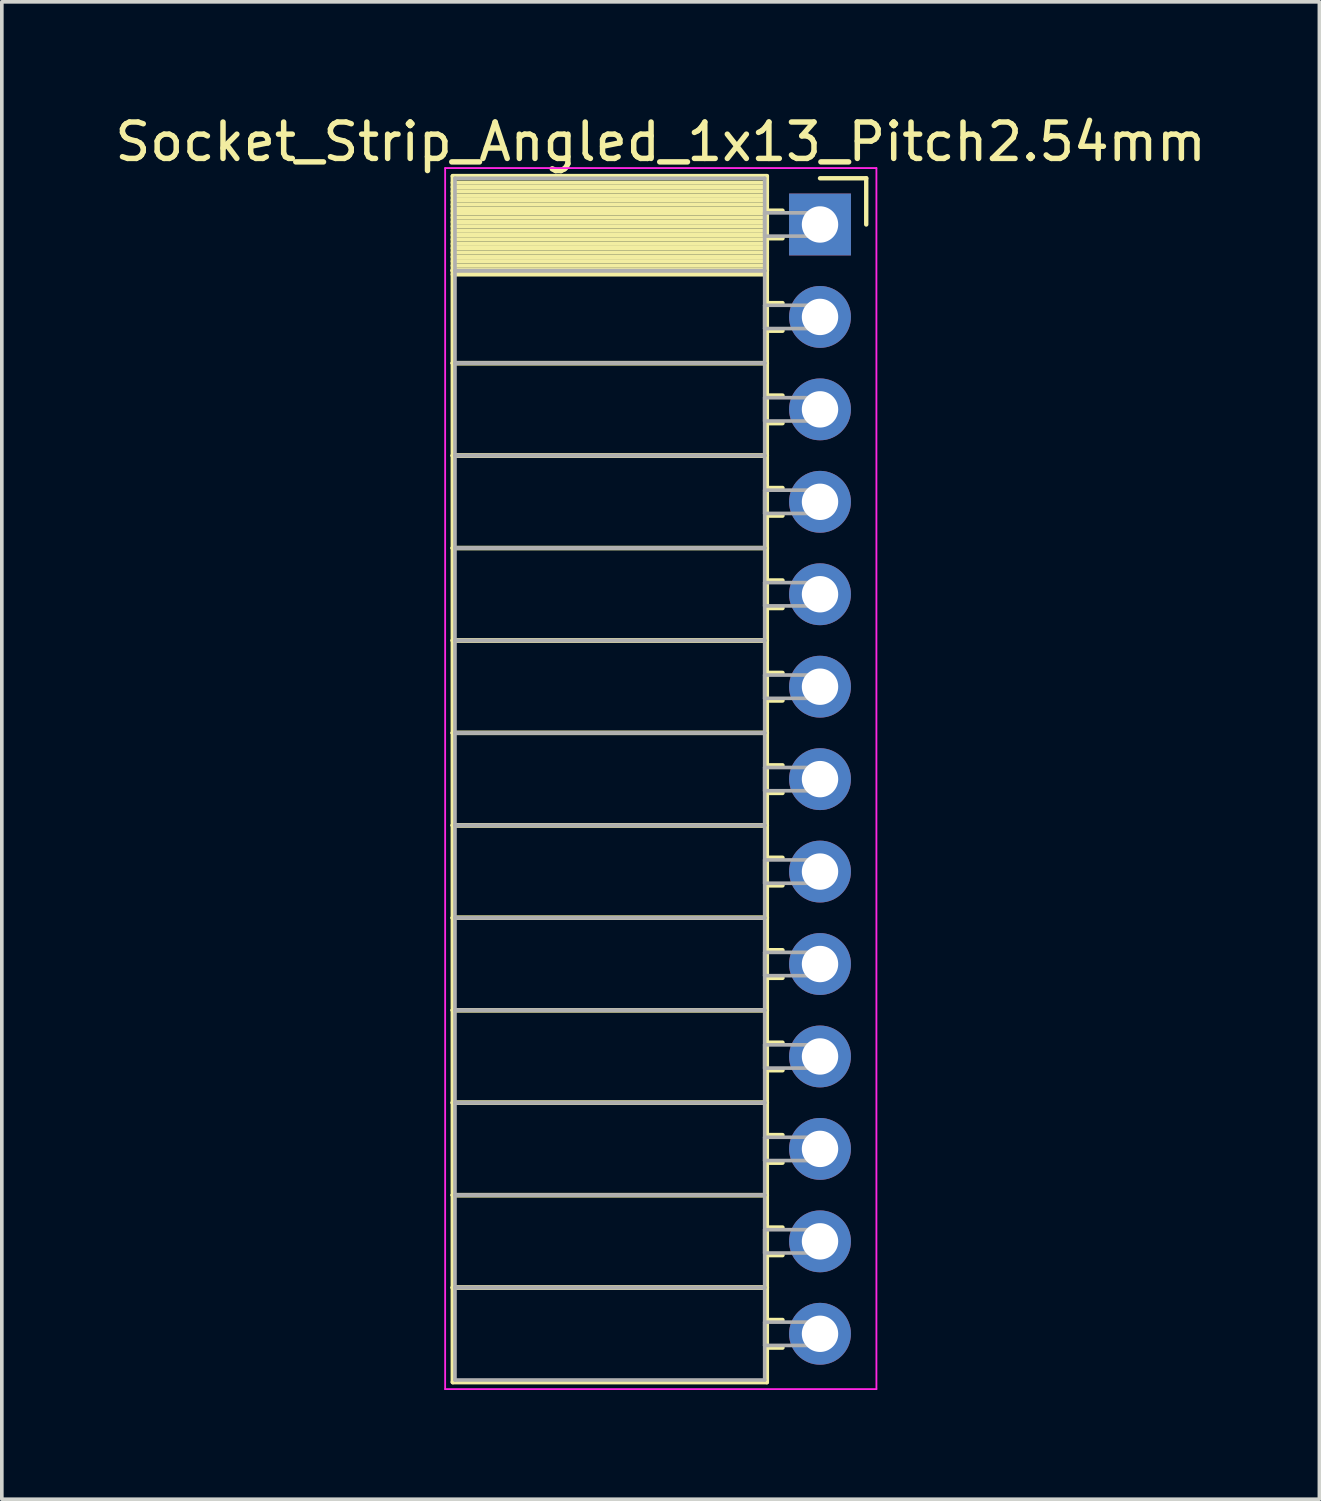
<source format=kicad_pcb>
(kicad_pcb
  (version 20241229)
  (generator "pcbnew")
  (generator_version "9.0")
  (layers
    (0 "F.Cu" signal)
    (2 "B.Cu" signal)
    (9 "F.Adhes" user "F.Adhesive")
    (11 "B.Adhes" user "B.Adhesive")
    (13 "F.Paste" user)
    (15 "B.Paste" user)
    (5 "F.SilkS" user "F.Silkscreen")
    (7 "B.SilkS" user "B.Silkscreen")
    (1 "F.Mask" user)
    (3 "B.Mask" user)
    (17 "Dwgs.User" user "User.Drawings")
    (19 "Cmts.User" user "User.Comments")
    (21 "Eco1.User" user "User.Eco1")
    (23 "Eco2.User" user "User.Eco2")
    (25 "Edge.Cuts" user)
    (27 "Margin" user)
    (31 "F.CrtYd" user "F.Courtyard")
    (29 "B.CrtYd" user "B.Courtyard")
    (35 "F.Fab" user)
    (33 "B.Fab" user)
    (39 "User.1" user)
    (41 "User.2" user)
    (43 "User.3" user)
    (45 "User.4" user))
  (footprint "Socket_Strip_Angled_1x13_Pitch2.54mm"
    (layer "F.Cu")
    (at 19.481 3.118)
    (property "Reference" "Socket_Strip_Angled_1x13_Pitch2.54mm" (at -4.38 -2.27 0) (layer "F.SilkS") (effects (font (size 1 1) (thickness 0.15))))
    (attr through_hole)
    (fp_line (start -10.09 -1.33) (end -1.46 -1.33) (stroke (width 0.12) (type solid)) (layer "F.SilkS"))
    (fp_line (start -10.09 1.27) (end -10.09 -1.33) (stroke (width 0.12) (type solid)) (layer "F.SilkS"))
    (fp_line (start -10.09 1.27) (end -1.46 1.27) (stroke (width 0.12) (type solid)) (layer "F.SilkS"))
    (fp_line (start -10.09 3.81) (end -10.09 1.27) (stroke (width 0.12) (type solid)) (layer "F.SilkS"))
    (fp_line (start -10.09 3.81) (end -1.46 3.81) (stroke (width 0.12) (type solid)) (layer "F.SilkS"))
    (fp_line (start -10.09 6.35) (end -10.09 3.81) (stroke (width 0.12) (type solid)) (layer "F.SilkS"))
    (fp_line (start -10.09 6.35) (end -1.46 6.35) (stroke (width 0.12) (type solid)) (layer "F.SilkS"))
    (fp_line (start -10.09 8.89) (end -10.09 6.35) (stroke (width 0.12) (type solid)) (layer "F.SilkS"))
    (fp_line (start -10.09 8.89) (end -1.46 8.89) (stroke (width 0.12) (type solid)) (layer "F.SilkS"))
    (fp_line (start -10.09 11.43) (end -10.09 8.89) (stroke (width 0.12) (type solid)) (layer "F.SilkS"))
    (fp_line (start -10.09 11.43) (end -1.46 11.43) (stroke (width 0.12) (type solid)) (layer "F.SilkS"))
    (fp_line (start -10.09 13.97) (end -10.09 11.43) (stroke (width 0.12) (type solid)) (layer "F.SilkS"))
    (fp_line (start -10.09 13.97) (end -1.46 13.97) (stroke (width 0.12) (type solid)) (layer "F.SilkS"))
    (fp_line (start -10.09 16.51) (end -10.09 13.97) (stroke (width 0.12) (type solid)) (layer "F.SilkS"))
    (fp_line (start -10.09 16.51) (end -1.46 16.51) (stroke (width 0.12) (type solid)) (layer "F.SilkS"))
    (fp_line (start -10.09 19.05) (end -10.09 16.51) (stroke (width 0.12) (type solid)) (layer "F.SilkS"))
    (fp_line (start -10.09 19.05) (end -1.46 19.05) (stroke (width 0.12) (type solid)) (layer "F.SilkS"))
    (fp_line (start -10.09 21.59) (end -10.09 19.05) (stroke (width 0.12) (type solid)) (layer "F.SilkS"))
    (fp_line (start -10.09 21.59) (end -1.46 21.59) (stroke (width 0.12) (type solid)) (layer "F.SilkS"))
    (fp_line (start -10.09 24.13) (end -10.09 21.59) (stroke (width 0.12) (type solid)) (layer "F.SilkS"))
    (fp_line (start -10.09 24.13) (end -1.46 24.13) (stroke (width 0.12) (type solid)) (layer "F.SilkS"))
    (fp_line (start -10.09 26.67) (end -10.09 24.13) (stroke (width 0.12) (type solid)) (layer "F.SilkS"))
    (fp_line (start -10.09 26.67) (end -1.46 26.67) (stroke (width 0.12) (type solid)) (layer "F.SilkS"))
    (fp_line (start -10.09 29.21) (end -10.09 26.67) (stroke (width 0.12) (type solid)) (layer "F.SilkS"))
    (fp_line (start -10.09 29.21) (end -1.46 29.21) (stroke (width 0.12) (type solid)) (layer "F.SilkS"))
    (fp_line (start -10.09 31.81) (end -10.09 29.21) (stroke (width 0.12) (type solid)) (layer "F.SilkS"))
    (fp_line (start -1.46 -1.33) (end -1.46 1.27) (stroke (width 0.12) (type solid)) (layer "F.SilkS"))
    (fp_line (start -1.46 -1.15) (end -10.09 -1.15) (stroke (width 0.12) (type solid)) (layer "F.SilkS"))
    (fp_line (start -1.46 -1.03) (end -10.09 -1.03) (stroke (width 0.12) (type solid)) (layer "F.SilkS"))
    (fp_line (start -1.46 -0.91) (end -10.09 -0.91) (stroke (width 0.12) (type solid)) (layer "F.SilkS"))
    (fp_line (start -1.46 -0.79) (end -10.09 -0.79) (stroke (width 0.12) (type solid)) (layer "F.SilkS"))
    (fp_line (start -1.46 -0.67) (end -10.09 -0.67) (stroke (width 0.12) (type solid)) (layer "F.SilkS"))
    (fp_line (start -1.46 -0.55) (end -10.09 -0.55) (stroke (width 0.12) (type solid)) (layer "F.SilkS"))
    (fp_line (start -1.46 -0.43) (end -10.09 -0.43) (stroke (width 0.12) (type solid)) (layer "F.SilkS"))
    (fp_line (start -1.46 -0.31) (end -10.09 -0.31) (stroke (width 0.12) (type solid)) (layer "F.SilkS"))
    (fp_line (start -1.46 -0.19) (end -10.09 -0.19) (stroke (width 0.12) (type solid)) (layer "F.SilkS"))
    (fp_line (start -1.46 -0.07) (end -10.09 -0.07) (stroke (width 0.12) (type solid)) (layer "F.SilkS"))
    (fp_line (start -1.46 0.05) (end -10.09 0.05) (stroke (width 0.12) (type solid)) (layer "F.SilkS"))
    (fp_line (start -1.46 0.17) (end -10.09 0.17) (stroke (width 0.12) (type solid)) (layer "F.SilkS"))
    (fp_line (start -1.46 0.29) (end -10.09 0.29) (stroke (width 0.12) (type solid)) (layer "F.SilkS"))
    (fp_line (start -1.46 0.41) (end -10.09 0.41) (stroke (width 0.12) (type solid)) (layer "F.SilkS"))
    (fp_line (start -1.46 0.53) (end -10.09 0.53) (stroke (width 0.12) (type solid)) (layer "F.SilkS"))
    (fp_line (start -1.46 0.65) (end -10.09 0.65) (stroke (width 0.12) (type solid)) (layer "F.SilkS"))
    (fp_line (start -1.46 0.77) (end -10.09 0.77) (stroke (width 0.12) (type solid)) (layer "F.SilkS"))
    (fp_line (start -1.46 0.89) (end -10.09 0.89) (stroke (width 0.12) (type solid)) (layer "F.SilkS"))
    (fp_line (start -1.46 1.01) (end -10.09 1.01) (stroke (width 0.12) (type solid)) (layer "F.SilkS"))
    (fp_line (start -1.46 1.13) (end -10.09 1.13) (stroke (width 0.12) (type solid)) (layer "F.SilkS"))
    (fp_line (start -1.46 1.25) (end -10.09 1.25) (stroke (width 0.12) (type solid)) (layer "F.SilkS"))
    (fp_line (start -1.46 1.27) (end -10.09 1.27) (stroke (width 0.12) (type solid)) (layer "F.SilkS"))
    (fp_line (start -1.46 1.27) (end -1.46 3.81) (stroke (width 0.12) (type solid)) (layer "F.SilkS"))
    (fp_line (start -1.46 1.37) (end -10.09 1.37) (stroke (width 0.12) (type solid)) (layer "F.SilkS"))
    (fp_line (start -1.46 3.81) (end -10.09 3.81) (stroke (width 0.12) (type solid)) (layer "F.SilkS"))
    (fp_line (start -1.46 3.81) (end -1.46 6.35) (stroke (width 0.12) (type solid)) (layer "F.SilkS"))
    (fp_line (start -1.46 6.35) (end -10.09 6.35) (stroke (width 0.12) (type solid)) (layer "F.SilkS"))
    (fp_line (start -1.46 6.35) (end -1.46 8.89) (stroke (width 0.12) (type solid)) (layer "F.SilkS"))
    (fp_line (start -1.46 8.89) (end -10.09 8.89) (stroke (width 0.12) (type solid)) (layer "F.SilkS"))
    (fp_line (start -1.46 8.89) (end -1.46 11.43) (stroke (width 0.12) (type solid)) (layer "F.SilkS"))
    (fp_line (start -1.46 11.43) (end -10.09 11.43) (stroke (width 0.12) (type solid)) (layer "F.SilkS"))
    (fp_line (start -1.46 11.43) (end -1.46 13.97) (stroke (width 0.12) (type solid)) (layer "F.SilkS"))
    (fp_line (start -1.46 13.97) (end -10.09 13.97) (stroke (width 0.12) (type solid)) (layer "F.SilkS"))
    (fp_line (start -1.46 13.97) (end -1.46 16.51) (stroke (width 0.12) (type solid)) (layer "F.SilkS"))
    (fp_line (start -1.46 16.51) (end -10.09 16.51) (stroke (width 0.12) (type solid)) (layer "F.SilkS"))
    (fp_line (start -1.46 16.51) (end -1.46 19.05) (stroke (width 0.12) (type solid)) (layer "F.SilkS"))
    (fp_line (start -1.46 19.05) (end -10.09 19.05) (stroke (width 0.12) (type solid)) (layer "F.SilkS"))
    (fp_line (start -1.46 19.05) (end -1.46 21.59) (stroke (width 0.12) (type solid)) (layer "F.SilkS"))
    (fp_line (start -1.46 21.59) (end -10.09 21.59) (stroke (width 0.12) (type solid)) (layer "F.SilkS"))
    (fp_line (start -1.46 21.59) (end -1.46 24.13) (stroke (width 0.12) (type solid)) (layer "F.SilkS"))
    (fp_line (start -1.46 24.13) (end -10.09 24.13) (stroke (width 0.12) (type solid)) (layer "F.SilkS"))
    (fp_line (start -1.46 24.13) (end -1.46 26.67) (stroke (width 0.12) (type solid)) (layer "F.SilkS"))
    (fp_line (start -1.46 26.67) (end -10.09 26.67) (stroke (width 0.12) (type solid)) (layer "F.SilkS"))
    (fp_line (start -1.46 26.67) (end -1.46 29.21) (stroke (width 0.12) (type solid)) (layer "F.SilkS"))
    (fp_line (start -1.46 29.21) (end -10.09 29.21) (stroke (width 0.12) (type solid)) (layer "F.SilkS"))
    (fp_line (start -1.46 29.21) (end -1.46 31.81) (stroke (width 0.12) (type solid)) (layer "F.SilkS"))
    (fp_line (start -1.46 31.81) (end -10.09 31.81) (stroke (width 0.12) (type solid)) (layer "F.SilkS"))
    (fp_line (start -1.03 -0.38) (end -1.46 -0.38) (stroke (width 0.12) (type solid)) (layer "F.SilkS"))
    (fp_line (start -1.03 0.38) (end -1.46 0.38) (stroke (width 0.12) (type solid)) (layer "F.SilkS"))
    (fp_line (start -1.03 2.16) (end -1.46 2.16) (stroke (width 0.12) (type solid)) (layer "F.SilkS"))
    (fp_line (start -1.03 2.92) (end -1.46 2.92) (stroke (width 0.12) (type solid)) (layer "F.SilkS"))
    (fp_line (start -1.03 4.7) (end -1.46 4.7) (stroke (width 0.12) (type solid)) (layer "F.SilkS"))
    (fp_line (start -1.03 5.46) (end -1.46 5.46) (stroke (width 0.12) (type solid)) (layer "F.SilkS"))
    (fp_line (start -1.03 7.24) (end -1.46 7.24) (stroke (width 0.12) (type solid)) (layer "F.SilkS"))
    (fp_line (start -1.03 8) (end -1.46 8) (stroke (width 0.12) (type solid)) (layer "F.SilkS"))
    (fp_line (start -1.03 9.78) (end -1.46 9.78) (stroke (width 0.12) (type solid)) (layer "F.SilkS"))
    (fp_line (start -1.03 10.54) (end -1.46 10.54) (stroke (width 0.12) (type solid)) (layer "F.SilkS"))
    (fp_line (start -1.03 12.32) (end -1.46 12.32) (stroke (width 0.12) (type solid)) (layer "F.SilkS"))
    (fp_line (start -1.03 13.08) (end -1.46 13.08) (stroke (width 0.12) (type solid)) (layer "F.SilkS"))
    (fp_line (start -1.03 14.86) (end -1.46 14.86) (stroke (width 0.12) (type solid)) (layer "F.SilkS"))
    (fp_line (start -1.03 15.62) (end -1.46 15.62) (stroke (width 0.12) (type solid)) (layer "F.SilkS"))
    (fp_line (start -1.03 17.4) (end -1.46 17.4) (stroke (width 0.12) (type solid)) (layer "F.SilkS"))
    (fp_line (start -1.03 18.16) (end -1.46 18.16) (stroke (width 0.12) (type solid)) (layer "F.SilkS"))
    (fp_line (start -1.03 19.94) (end -1.46 19.94) (stroke (width 0.12) (type solid)) (layer "F.SilkS"))
    (fp_line (start -1.03 20.7) (end -1.46 20.7) (stroke (width 0.12) (type solid)) (layer "F.SilkS"))
    (fp_line (start -1.03 22.48) (end -1.46 22.48) (stroke (width 0.12) (type solid)) (layer "F.SilkS"))
    (fp_line (start -1.03 23.24) (end -1.46 23.24) (stroke (width 0.12) (type solid)) (layer "F.SilkS"))
    (fp_line (start -1.03 25.02) (end -1.46 25.02) (stroke (width 0.12) (type solid)) (layer "F.SilkS"))
    (fp_line (start -1.03 25.78) (end -1.46 25.78) (stroke (width 0.12) (type solid)) (layer "F.SilkS"))
    (fp_line (start -1.03 27.56) (end -1.46 27.56) (stroke (width 0.12) (type solid)) (layer "F.SilkS"))
    (fp_line (start -1.03 28.32) (end -1.46 28.32) (stroke (width 0.12) (type solid)) (layer "F.SilkS"))
    (fp_line (start -1.03 30.1) (end -1.46 30.1) (stroke (width 0.12) (type solid)) (layer "F.SilkS"))
    (fp_line (start -1.03 30.86) (end -1.46 30.86) (stroke (width 0.12) (type solid)) (layer "F.SilkS"))
    (fp_line (start 0 -1.27) (end 1.27 -1.27) (stroke (width 0.12) (type solid)) (layer "F.SilkS"))
    (fp_line (start 1.27 -1.27) (end 1.27 0) (stroke (width 0.12) (type solid)) (layer "F.SilkS"))
    (fp_line (start -10.3 -1.55) (end 1.55 -1.55) (stroke (width 0.05) (type solid)) (layer "F.CrtYd"))
    (fp_line (start -10.3 32) (end -10.3 -1.55) (stroke (width 0.05) (type solid)) (layer "F.CrtYd"))
    (fp_line (start 1.55 -1.55) (end 1.55 32) (stroke (width 0.05) (type solid)) (layer "F.CrtYd"))
    (fp_line (start 1.55 32) (end -10.3 32) (stroke (width 0.05) (type solid)) (layer "F.CrtYd"))
    (fp_line (start -10.03 -1.27) (end -1.52 -1.27) (stroke (width 0.1) (type solid)) (layer "F.Fab"))
    (fp_line (start -10.03 1.27) (end -10.03 -1.27) (stroke (width 0.1) (type solid)) (layer "F.Fab"))
    (fp_line (start -10.03 1.27) (end -1.52 1.27) (stroke (width 0.1) (type solid)) (layer "F.Fab"))
    (fp_line (start -10.03 3.81) (end -10.03 1.27) (stroke (width 0.1) (type solid)) (layer "F.Fab"))
    (fp_line (start -10.03 3.81) (end -1.52 3.81) (stroke (width 0.1) (type solid)) (layer "F.Fab"))
    (fp_line (start -10.03 6.35) (end -10.03 3.81) (stroke (width 0.1) (type solid)) (layer "F.Fab"))
    (fp_line (start -10.03 6.35) (end -1.52 6.35) (stroke (width 0.1) (type solid)) (layer "F.Fab"))
    (fp_line (start -10.03 8.89) (end -10.03 6.35) (stroke (width 0.1) (type solid)) (layer "F.Fab"))
    (fp_line (start -10.03 8.89) (end -1.52 8.89) (stroke (width 0.1) (type solid)) (layer "F.Fab"))
    (fp_line (start -10.03 11.43) (end -10.03 8.89) (stroke (width 0.1) (type solid)) (layer "F.Fab"))
    (fp_line (start -10.03 11.43) (end -1.52 11.43) (stroke (width 0.1) (type solid)) (layer "F.Fab"))
    (fp_line (start -10.03 13.97) (end -10.03 11.43) (stroke (width 0.1) (type solid)) (layer "F.Fab"))
    (fp_line (start -10.03 13.97) (end -1.52 13.97) (stroke (width 0.1) (type solid)) (layer "F.Fab"))
    (fp_line (start -10.03 16.51) (end -10.03 13.97) (stroke (width 0.1) (type solid)) (layer "F.Fab"))
    (fp_line (start -10.03 16.51) (end -1.52 16.51) (stroke (width 0.1) (type solid)) (layer "F.Fab"))
    (fp_line (start -10.03 19.05) (end -10.03 16.51) (stroke (width 0.1) (type solid)) (layer "F.Fab"))
    (fp_line (start -10.03 19.05) (end -1.52 19.05) (stroke (width 0.1) (type solid)) (layer "F.Fab"))
    (fp_line (start -10.03 21.59) (end -10.03 19.05) (stroke (width 0.1) (type solid)) (layer "F.Fab"))
    (fp_line (start -10.03 21.59) (end -1.52 21.59) (stroke (width 0.1) (type solid)) (layer "F.Fab"))
    (fp_line (start -10.03 24.13) (end -10.03 21.59) (stroke (width 0.1) (type solid)) (layer "F.Fab"))
    (fp_line (start -10.03 24.13) (end -1.52 24.13) (stroke (width 0.1) (type solid)) (layer "F.Fab"))
    (fp_line (start -10.03 26.67) (end -10.03 24.13) (stroke (width 0.1) (type solid)) (layer "F.Fab"))
    (fp_line (start -10.03 26.67) (end -1.52 26.67) (stroke (width 0.1) (type solid)) (layer "F.Fab"))
    (fp_line (start -10.03 29.21) (end -10.03 26.67) (stroke (width 0.1) (type solid)) (layer "F.Fab"))
    (fp_line (start -10.03 29.21) (end -1.52 29.21) (stroke (width 0.1) (type solid)) (layer "F.Fab"))
    (fp_line (start -10.03 31.75) (end -10.03 29.21) (stroke (width 0.1) (type solid)) (layer "F.Fab"))
    (fp_line (start -1.52 -1.27) (end -1.52 1.27) (stroke (width 0.1) (type solid)) (layer "F.Fab"))
    (fp_line (start -1.52 -0.32) (end 0 -0.32) (stroke (width 0.1) (type solid)) (layer "F.Fab"))
    (fp_line (start -1.52 0.32) (end -1.52 -0.32) (stroke (width 0.1) (type solid)) (layer "F.Fab"))
    (fp_line (start -1.52 1.27) (end -10.03 1.27) (stroke (width 0.1) (type solid)) (layer "F.Fab"))
    (fp_line (start -1.52 1.27) (end -1.52 3.81) (stroke (width 0.1) (type solid)) (layer "F.Fab"))
    (fp_line (start -1.52 2.22) (end 0 2.22) (stroke (width 0.1) (type solid)) (layer "F.Fab"))
    (fp_line (start -1.52 2.86) (end -1.52 2.22) (stroke (width 0.1) (type solid)) (layer "F.Fab"))
    (fp_line (start -1.52 3.81) (end -10.03 3.81) (stroke (width 0.1) (type solid)) (layer "F.Fab"))
    (fp_line (start -1.52 3.81) (end -1.52 6.35) (stroke (width 0.1) (type solid)) (layer "F.Fab"))
    (fp_line (start -1.52 4.76) (end 0 4.76) (stroke (width 0.1) (type solid)) (layer "F.Fab"))
    (fp_line (start -1.52 5.4) (end -1.52 4.76) (stroke (width 0.1) (type solid)) (layer "F.Fab"))
    (fp_line (start -1.52 6.35) (end -10.03 6.35) (stroke (width 0.1) (type solid)) (layer "F.Fab"))
    (fp_line (start -1.52 6.35) (end -1.52 8.89) (stroke (width 0.1) (type solid)) (layer "F.Fab"))
    (fp_line (start -1.52 7.3) (end 0 7.3) (stroke (width 0.1) (type solid)) (layer "F.Fab"))
    (fp_line (start -1.52 7.94) (end -1.52 7.3) (stroke (width 0.1) (type solid)) (layer "F.Fab"))
    (fp_line (start -1.52 8.89) (end -10.03 8.89) (stroke (width 0.1) (type solid)) (layer "F.Fab"))
    (fp_line (start -1.52 8.89) (end -1.52 11.43) (stroke (width 0.1) (type solid)) (layer "F.Fab"))
    (fp_line (start -1.52 9.84) (end 0 9.84) (stroke (width 0.1) (type solid)) (layer "F.Fab"))
    (fp_line (start -1.52 10.48) (end -1.52 9.84) (stroke (width 0.1) (type solid)) (layer "F.Fab"))
    (fp_line (start -1.52 11.43) (end -10.03 11.43) (stroke (width 0.1) (type solid)) (layer "F.Fab"))
    (fp_line (start -1.52 11.43) (end -1.52 13.97) (stroke (width 0.1) (type solid)) (layer "F.Fab"))
    (fp_line (start -1.52 12.38) (end 0 12.38) (stroke (width 0.1) (type solid)) (layer "F.Fab"))
    (fp_line (start -1.52 13.02) (end -1.52 12.38) (stroke (width 0.1) (type solid)) (layer "F.Fab"))
    (fp_line (start -1.52 13.97) (end -10.03 13.97) (stroke (width 0.1) (type solid)) (layer "F.Fab"))
    (fp_line (start -1.52 13.97) (end -1.52 16.51) (stroke (width 0.1) (type solid)) (layer "F.Fab"))
    (fp_line (start -1.52 14.92) (end 0 14.92) (stroke (width 0.1) (type solid)) (layer "F.Fab"))
    (fp_line (start -1.52 15.56) (end -1.52 14.92) (stroke (width 0.1) (type solid)) (layer "F.Fab"))
    (fp_line (start -1.52 16.51) (end -10.03 16.51) (stroke (width 0.1) (type solid)) (layer "F.Fab"))
    (fp_line (start -1.52 16.51) (end -1.52 19.05) (stroke (width 0.1) (type solid)) (layer "F.Fab"))
    (fp_line (start -1.52 17.46) (end 0 17.46) (stroke (width 0.1) (type solid)) (layer "F.Fab"))
    (fp_line (start -1.52 18.1) (end -1.52 17.46) (stroke (width 0.1) (type solid)) (layer "F.Fab"))
    (fp_line (start -1.52 19.05) (end -10.03 19.05) (stroke (width 0.1) (type solid)) (layer "F.Fab"))
    (fp_line (start -1.52 19.05) (end -1.52 21.59) (stroke (width 0.1) (type solid)) (layer "F.Fab"))
    (fp_line (start -1.52 20) (end 0 20) (stroke (width 0.1) (type solid)) (layer "F.Fab"))
    (fp_line (start -1.52 20.64) (end -1.52 20) (stroke (width 0.1) (type solid)) (layer "F.Fab"))
    (fp_line (start -1.52 21.59) (end -10.03 21.59) (stroke (width 0.1) (type solid)) (layer "F.Fab"))
    (fp_line (start -1.52 21.59) (end -1.52 24.13) (stroke (width 0.1) (type solid)) (layer "F.Fab"))
    (fp_line (start -1.52 22.54) (end 0 22.54) (stroke (width 0.1) (type solid)) (layer "F.Fab"))
    (fp_line (start -1.52 23.18) (end -1.52 22.54) (stroke (width 0.1) (type solid)) (layer "F.Fab"))
    (fp_line (start -1.52 24.13) (end -10.03 24.13) (stroke (width 0.1) (type solid)) (layer "F.Fab"))
    (fp_line (start -1.52 24.13) (end -1.52 26.67) (stroke (width 0.1) (type solid)) (layer "F.Fab"))
    (fp_line (start -1.52 25.08) (end 0 25.08) (stroke (width 0.1) (type solid)) (layer "F.Fab"))
    (fp_line (start -1.52 25.72) (end -1.52 25.08) (stroke (width 0.1) (type solid)) (layer "F.Fab"))
    (fp_line (start -1.52 26.67) (end -10.03 26.67) (stroke (width 0.1) (type solid)) (layer "F.Fab"))
    (fp_line (start -1.52 26.67) (end -1.52 29.21) (stroke (width 0.1) (type solid)) (layer "F.Fab"))
    (fp_line (start -1.52 27.62) (end 0 27.62) (stroke (width 0.1) (type solid)) (layer "F.Fab"))
    (fp_line (start -1.52 28.26) (end -1.52 27.62) (stroke (width 0.1) (type solid)) (layer "F.Fab"))
    (fp_line (start -1.52 29.21) (end -10.03 29.21) (stroke (width 0.1) (type solid)) (layer "F.Fab"))
    (fp_line (start -1.52 29.21) (end -1.52 31.75) (stroke (width 0.1) (type solid)) (layer "F.Fab"))
    (fp_line (start -1.52 30.16) (end 0 30.16) (stroke (width 0.1) (type solid)) (layer "F.Fab"))
    (fp_line (start -1.52 30.8) (end -1.52 30.16) (stroke (width 0.1) (type solid)) (layer "F.Fab"))
    (fp_line (start -1.52 31.75) (end -10.03 31.75) (stroke (width 0.1) (type solid)) (layer "F.Fab"))
    (fp_line (start 0 -0.32) (end 0 0.32) (stroke (width 0.1) (type solid)) (layer "F.Fab"))
    (fp_line (start 0 0.32) (end -1.52 0.32) (stroke (width 0.1) (type solid)) (layer "F.Fab"))
    (fp_line (start 0 2.22) (end 0 2.86) (stroke (width 0.1) (type solid)) (layer "F.Fab"))
    (fp_line (start 0 2.86) (end -1.52 2.86) (stroke (width 0.1) (type solid)) (layer "F.Fab"))
    (fp_line (start 0 4.76) (end 0 5.4) (stroke (width 0.1) (type solid)) (layer "F.Fab"))
    (fp_line (start 0 5.4) (end -1.52 5.4) (stroke (width 0.1) (type solid)) (layer "F.Fab"))
    (fp_line (start 0 7.3) (end 0 7.94) (stroke (width 0.1) (type solid)) (layer "F.Fab"))
    (fp_line (start 0 7.94) (end -1.52 7.94) (stroke (width 0.1) (type solid)) (layer "F.Fab"))
    (fp_line (start 0 9.84) (end 0 10.48) (stroke (width 0.1) (type solid)) (layer "F.Fab"))
    (fp_line (start 0 10.48) (end -1.52 10.48) (stroke (width 0.1) (type solid)) (layer "F.Fab"))
    (fp_line (start 0 12.38) (end 0 13.02) (stroke (width 0.1) (type solid)) (layer "F.Fab"))
    (fp_line (start 0 13.02) (end -1.52 13.02) (stroke (width 0.1) (type solid)) (layer "F.Fab"))
    (fp_line (start 0 14.92) (end 0 15.56) (stroke (width 0.1) (type solid)) (layer "F.Fab"))
    (fp_line (start 0 15.56) (end -1.52 15.56) (stroke (width 0.1) (type solid)) (layer "F.Fab"))
    (fp_line (start 0 17.46) (end 0 18.1) (stroke (width 0.1) (type solid)) (layer "F.Fab"))
    (fp_line (start 0 18.1) (end -1.52 18.1) (stroke (width 0.1) (type solid)) (layer "F.Fab"))
    (fp_line (start 0 20) (end 0 20.64) (stroke (width 0.1) (type solid)) (layer "F.Fab"))
    (fp_line (start 0 20.64) (end -1.52 20.64) (stroke (width 0.1) (type solid)) (layer "F.Fab"))
    (fp_line (start 0 22.54) (end 0 23.18) (stroke (width 0.1) (type solid)) (layer "F.Fab"))
    (fp_line (start 0 23.18) (end -1.52 23.18) (stroke (width 0.1) (type solid)) (layer "F.Fab"))
    (fp_line (start 0 25.08) (end 0 25.72) (stroke (width 0.1) (type solid)) (layer "F.Fab"))
    (fp_line (start 0 25.72) (end -1.52 25.72) (stroke (width 0.1) (type solid)) (layer "F.Fab"))
    (fp_line (start 0 27.62) (end 0 28.26) (stroke (width 0.1) (type solid)) (layer "F.Fab"))
    (fp_line (start 0 28.26) (end -1.52 28.26) (stroke (width 0.1) (type solid)) (layer "F.Fab"))
    (fp_line (start 0 30.16) (end 0 30.8) (stroke (width 0.1) (type solid)) (layer "F.Fab"))
    (fp_line (start 0 30.8) (end -1.52 30.8) (stroke (width 0.1) (type solid)) (layer "F.Fab"))
    (pad "1" thru_hole rect (at 0 0) (size 1.7 1.7) (drill 1) (layers "*.Cu" "*.Mask"))
    (pad "2" thru_hole oval (at 0 2.54) (size 1.7 1.7) (drill 1) (layers "*.Cu" "*.Mask"))
    (pad "3" thru_hole oval (at 0 5.08) (size 1.7 1.7) (drill 1) (layers "*.Cu" "*.Mask"))
    (pad "4" thru_hole oval (at 0 7.62) (size 1.7 1.7) (drill 1) (layers "*.Cu" "*.Mask"))
    (pad "5" thru_hole oval (at 0 10.16) (size 1.7 1.7) (drill 1) (layers "*.Cu" "*.Mask"))
    (pad "6" thru_hole oval (at 0 12.7) (size 1.7 1.7) (drill 1) (layers "*.Cu" "*.Mask"))
    (pad "7" thru_hole oval (at 0 15.24) (size 1.7 1.7) (drill 1) (layers "*.Cu" "*.Mask"))
    (pad "8" thru_hole oval (at 0 17.78) (size 1.7 1.7) (drill 1) (layers "*.Cu" "*.Mask"))
    (pad "9" thru_hole oval (at 0 20.32) (size 1.7 1.7) (drill 1) (layers "*.Cu" "*.Mask"))
    (pad "10" thru_hole oval (at 0 22.86) (size 1.7 1.7) (drill 1) (layers "*.Cu" "*.Mask"))
    (pad "11" thru_hole oval (at 0 25.4) (size 1.7 1.7) (drill 1) (layers "*.Cu" "*.Mask"))
    (pad "12" thru_hole oval (at 0 27.94) (size 1.7 1.7) (drill 1) (layers "*.Cu" "*.Mask"))
    (pad "13" thru_hole oval (at 0 30.48) (size 1.7 1.7) (drill 1) (layers "*.Cu" "*.Mask")))
  (gr_rect
    (start -3 -3)
    (end 33.202 38.143)
    (stroke (width 0.1) (type default))
    (fill no)
    (layer "Edge.Cuts")))
</source>
